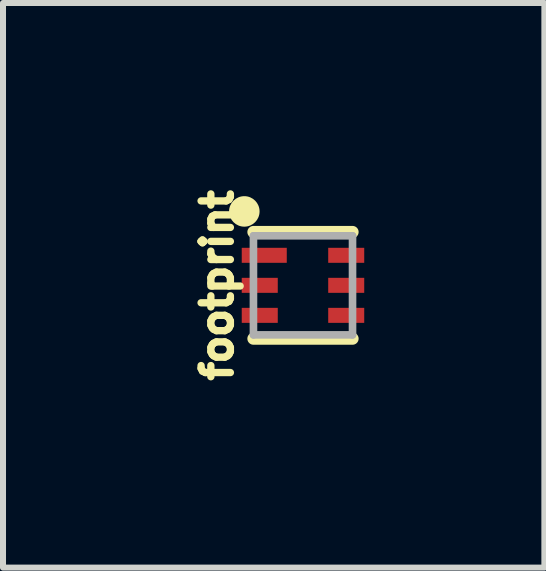
<source format=kicad_pcb>
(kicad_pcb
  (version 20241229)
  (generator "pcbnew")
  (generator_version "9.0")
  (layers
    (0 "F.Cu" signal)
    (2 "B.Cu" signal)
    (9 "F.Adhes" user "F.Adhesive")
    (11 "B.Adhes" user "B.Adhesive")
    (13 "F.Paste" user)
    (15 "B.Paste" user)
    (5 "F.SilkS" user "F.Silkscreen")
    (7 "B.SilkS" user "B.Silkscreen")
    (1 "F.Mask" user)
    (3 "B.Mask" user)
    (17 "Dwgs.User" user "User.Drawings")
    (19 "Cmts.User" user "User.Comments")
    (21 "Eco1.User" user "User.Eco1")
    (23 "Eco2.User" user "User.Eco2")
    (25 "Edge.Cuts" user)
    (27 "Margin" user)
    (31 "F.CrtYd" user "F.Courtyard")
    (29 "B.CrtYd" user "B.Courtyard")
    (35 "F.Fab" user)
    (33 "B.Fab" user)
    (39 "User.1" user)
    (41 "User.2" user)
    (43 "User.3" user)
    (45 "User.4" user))
  (footprint "footprint"
    (layer "F.Cu")
    (at 1.996 1.702)
    (property "Reference" "footprint" (at -1.143 0 90) (layer "F.SilkS") (effects (font (size 0.488 0.488) (thickness 0.122)) (justify bottom)))
    (fp_line (start -0.825 0.888) (end 0.825 0.888) (stroke (width 0.203) (type solid)) (layer "F.SilkS"))
    (fp_line (start 0.825 -0.888) (end -0.825 -0.888) (stroke (width 0.203) (type solid)) (layer "F.SilkS"))
    (fp_circle (center -0.977 -1.231) (end -0.85 -1.231) (stroke (width 0.254) (type solid)) (fill yes) (layer "F.SilkS"))
    (fp_line (start -0.825 -0.825) (end -0.825 0.825) (stroke (width 0.127) (type solid)) (layer "F.Fab"))
    (fp_line (start 0.825 -0.825) (end -0.825 -0.825) (stroke (width 0.127) (type solid)) (layer "F.Fab"))
    (fp_line (start 0.825 -0.825) (end 0.825 0.825) (stroke (width 0.127) (type solid)) (layer "F.Fab"))
    (fp_line (start 0.825 0.825) (end -0.825 0.825) (stroke (width 0.127) (type solid)) (layer "F.Fab"))
    (pad "1" smd rect (at -0.645 -0.5 270) (size 0.25 0.75) (layers "F.Cu" "F.Mask" "F.Paste"))
    (pad "2" smd rect (at -0.72 0 270) (size 0.25 0.6) (layers "F.Cu" "F.Mask" "F.Paste"))
    (pad "3" smd rect (at -0.72 0.5 270) (size 0.25 0.6) (layers "F.Cu" "F.Mask" "F.Paste"))
    (pad "4" smd rect (at 0.72 0.5 90) (size 0.25 0.6) (layers "F.Cu" "F.Mask" "F.Paste"))
    (pad "5" smd rect (at 0.72 0 270) (size 0.25 0.6) (layers "F.Cu" "F.Mask" "F.Paste"))
    (pad "6" smd rect (at 0.72 -0.5 270) (size 0.25 0.6) (layers "F.Cu" "F.Mask" "F.Paste")))
  (gr_rect
    (start -3 -3)
    (end 6.016 6.403)
    (stroke (width 0.1) (type default))
    (fill no)
    (layer "Edge.Cuts")))
</source>
